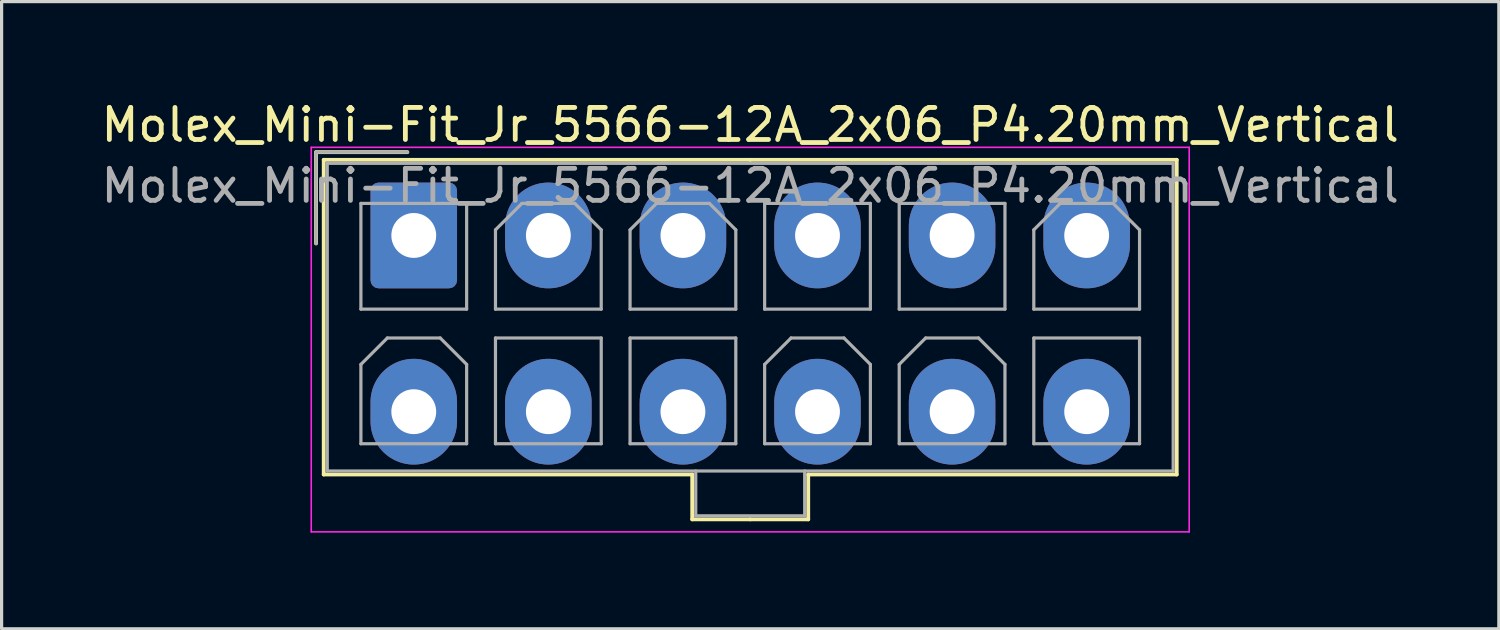
<source format=kicad_pcb>
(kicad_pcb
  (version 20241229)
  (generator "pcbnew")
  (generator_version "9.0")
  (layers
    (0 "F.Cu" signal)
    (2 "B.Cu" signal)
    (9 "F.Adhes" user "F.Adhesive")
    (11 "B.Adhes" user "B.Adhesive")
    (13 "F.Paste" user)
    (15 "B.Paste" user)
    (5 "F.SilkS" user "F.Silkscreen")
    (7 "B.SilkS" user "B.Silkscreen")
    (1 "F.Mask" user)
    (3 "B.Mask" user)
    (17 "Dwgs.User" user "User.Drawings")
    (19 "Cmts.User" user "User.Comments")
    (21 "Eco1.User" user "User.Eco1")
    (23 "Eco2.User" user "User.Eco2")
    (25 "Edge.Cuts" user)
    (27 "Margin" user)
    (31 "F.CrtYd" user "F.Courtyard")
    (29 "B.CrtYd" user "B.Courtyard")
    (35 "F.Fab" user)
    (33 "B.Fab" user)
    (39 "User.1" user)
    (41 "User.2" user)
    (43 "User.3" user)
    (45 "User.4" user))
  (footprint "Molex_Mini-Fit_Jr_5566-12A_2x06_P4.20mm_Vertical"
    (layer "F.Cu")
    (at 9.863 4.298)
    (property "Reference" "Molex_Mini-Fit_Jr_5566-12A_2x06_P4.20mm_Vertical" (at 10.5 -3.45 0) (layer "F.SilkS") (effects (font (size 1 1) (thickness 0.15))))
    (attr through_hole)
    (fp_line (start -3.05 -2.6) (end -3.05 0.25) (stroke (width 0.12) (type solid)) (layer "F.SilkS"))
    (fp_line (start -2.81 -2.36) (end -2.81 7.46) (stroke (width 0.12) (type solid)) (layer "F.SilkS"))
    (fp_line (start -2.81 7.46) (end 8.69 7.46) (stroke (width 0.12) (type solid)) (layer "F.SilkS"))
    (fp_line (start -0.2 -2.6) (end -3.05 -2.6) (stroke (width 0.12) (type solid)) (layer "F.SilkS"))
    (fp_line (start 8.69 7.46) (end 8.69 8.86) (stroke (width 0.12) (type solid)) (layer "F.SilkS"))
    (fp_line (start 8.69 8.86) (end 10.5 8.86) (stroke (width 0.12) (type solid)) (layer "F.SilkS"))
    (fp_line (start 10.5 -2.36) (end -2.81 -2.36) (stroke (width 0.12) (type solid)) (layer "F.SilkS"))
    (fp_line (start 10.5 -2.36) (end 23.81 -2.36) (stroke (width 0.12) (type solid)) (layer "F.SilkS"))
    (fp_line (start 12.31 7.46) (end 12.31 8.86) (stroke (width 0.12) (type solid)) (layer "F.SilkS"))
    (fp_line (start 12.31 8.86) (end 10.5 8.86) (stroke (width 0.12) (type solid)) (layer "F.SilkS"))
    (fp_line (start 23.81 -2.36) (end 23.81 7.46) (stroke (width 0.12) (type solid)) (layer "F.SilkS"))
    (fp_line (start 23.81 7.46) (end 12.31 7.46) (stroke (width 0.12) (type solid)) (layer "F.SilkS"))
    (fp_line (start -3.2 -2.75) (end -3.2 9.25) (stroke (width 0.05) (type solid)) (layer "F.CrtYd"))
    (fp_line (start -3.2 9.25) (end 24.2 9.25) (stroke (width 0.05) (type solid)) (layer "F.CrtYd"))
    (fp_line (start 24.2 -2.75) (end -3.2 -2.75) (stroke (width 0.05) (type solid)) (layer "F.CrtYd"))
    (fp_line (start 24.2 9.25) (end 24.2 -2.75) (stroke (width 0.05) (type solid)) (layer "F.CrtYd"))
    (fp_line (start -3.05 -2.6) (end -3.05 0.25) (stroke (width 0.1) (type solid)) (layer "F.Fab"))
    (fp_line (start -2.7 -2.25) (end -2.7 7.35) (stroke (width 0.1) (type solid)) (layer "F.Fab"))
    (fp_line (start -2.7 7.35) (end 23.7 7.35) (stroke (width 0.1) (type solid)) (layer "F.Fab"))
    (fp_line (start -1.65 -1) (end -1.65 2.3) (stroke (width 0.1) (type solid)) (layer "F.Fab"))
    (fp_line (start -1.65 2.3) (end 1.65 2.3) (stroke (width 0.1) (type solid)) (layer "F.Fab"))
    (fp_line (start -1.65 4.025) (end -0.825 3.2) (stroke (width 0.1) (type solid)) (layer "F.Fab"))
    (fp_line (start -1.65 6.5) (end -1.65 4.025) (stroke (width 0.1) (type solid)) (layer "F.Fab"))
    (fp_line (start -0.825 3.2) (end 0.825 3.2) (stroke (width 0.1) (type solid)) (layer "F.Fab"))
    (fp_line (start -0.2 -2.6) (end -3.05 -2.6) (stroke (width 0.1) (type solid)) (layer "F.Fab"))
    (fp_line (start 0.825 3.2) (end 1.65 4.025) (stroke (width 0.1) (type solid)) (layer "F.Fab"))
    (fp_line (start 1.65 -1) (end -1.65 -1) (stroke (width 0.1) (type solid)) (layer "F.Fab"))
    (fp_line (start 1.65 2.3) (end 1.65 -1) (stroke (width 0.1) (type solid)) (layer "F.Fab"))
    (fp_line (start 1.65 4.025) (end 1.65 6.5) (stroke (width 0.1) (type solid)) (layer "F.Fab"))
    (fp_line (start 1.65 6.5) (end -1.65 6.5) (stroke (width 0.1) (type solid)) (layer "F.Fab"))
    (fp_line (start 2.55 -0.175) (end 3.375 -1) (stroke (width 0.1) (type solid)) (layer "F.Fab"))
    (fp_line (start 2.55 2.3) (end 2.55 -0.175) (stroke (width 0.1) (type solid)) (layer "F.Fab"))
    (fp_line (start 2.55 3.2) (end 2.55 6.5) (stroke (width 0.1) (type solid)) (layer "F.Fab"))
    (fp_line (start 2.55 6.5) (end 5.85 6.5) (stroke (width 0.1) (type solid)) (layer "F.Fab"))
    (fp_line (start 3.375 -1) (end 5.025 -1) (stroke (width 0.1) (type solid)) (layer "F.Fab"))
    (fp_line (start 5.025 -1) (end 5.85 -0.175) (stroke (width 0.1) (type solid)) (layer "F.Fab"))
    (fp_line (start 5.85 -0.175) (end 5.85 2.3) (stroke (width 0.1) (type solid)) (layer "F.Fab"))
    (fp_line (start 5.85 2.3) (end 2.55 2.3) (stroke (width 0.1) (type solid)) (layer "F.Fab"))
    (fp_line (start 5.85 3.2) (end 2.55 3.2) (stroke (width 0.1) (type solid)) (layer "F.Fab"))
    (fp_line (start 5.85 6.5) (end 5.85 3.2) (stroke (width 0.1) (type solid)) (layer "F.Fab"))
    (fp_line (start 6.75 -0.175) (end 7.575 -1) (stroke (width 0.1) (type solid)) (layer "F.Fab"))
    (fp_line (start 6.75 2.3) (end 6.75 -0.175) (stroke (width 0.1) (type solid)) (layer "F.Fab"))
    (fp_line (start 6.75 3.2) (end 6.75 6.5) (stroke (width 0.1) (type solid)) (layer "F.Fab"))
    (fp_line (start 6.75 6.5) (end 10.05 6.5) (stroke (width 0.1) (type solid)) (layer "F.Fab"))
    (fp_line (start 7.575 -1) (end 9.225 -1) (stroke (width 0.1) (type solid)) (layer "F.Fab"))
    (fp_line (start 8.8 7.35) (end 8.8 8.75) (stroke (width 0.1) (type solid)) (layer "F.Fab"))
    (fp_line (start 8.8 8.75) (end 12.2 8.75) (stroke (width 0.1) (type solid)) (layer "F.Fab"))
    (fp_line (start 9.225 -1) (end 10.05 -0.175) (stroke (width 0.1) (type solid)) (layer "F.Fab"))
    (fp_line (start 10.05 -0.175) (end 10.05 2.3) (stroke (width 0.1) (type solid)) (layer "F.Fab"))
    (fp_line (start 10.05 2.3) (end 6.75 2.3) (stroke (width 0.1) (type solid)) (layer "F.Fab"))
    (fp_line (start 10.05 3.2) (end 6.75 3.2) (stroke (width 0.1) (type solid)) (layer "F.Fab"))
    (fp_line (start 10.05 6.5) (end 10.05 3.2) (stroke (width 0.1) (type solid)) (layer "F.Fab"))
    (fp_line (start 10.95 -1) (end 10.95 2.3) (stroke (width 0.1) (type solid)) (layer "F.Fab"))
    (fp_line (start 10.95 2.3) (end 14.25 2.3) (stroke (width 0.1) (type solid)) (layer "F.Fab"))
    (fp_line (start 10.95 4.025) (end 11.775 3.2) (stroke (width 0.1) (type solid)) (layer "F.Fab"))
    (fp_line (start 10.95 6.5) (end 10.95 4.025) (stroke (width 0.1) (type solid)) (layer "F.Fab"))
    (fp_line (start 11.775 3.2) (end 13.425 3.2) (stroke (width 0.1) (type solid)) (layer "F.Fab"))
    (fp_line (start 12.2 8.75) (end 12.2 7.35) (stroke (width 0.1) (type solid)) (layer "F.Fab"))
    (fp_line (start 13.425 3.2) (end 14.25 4.025) (stroke (width 0.1) (type solid)) (layer "F.Fab"))
    (fp_line (start 14.25 -1) (end 10.95 -1) (stroke (width 0.1) (type solid)) (layer "F.Fab"))
    (fp_line (start 14.25 2.3) (end 14.25 -1) (stroke (width 0.1) (type solid)) (layer "F.Fab"))
    (fp_line (start 14.25 4.025) (end 14.25 6.5) (stroke (width 0.1) (type solid)) (layer "F.Fab"))
    (fp_line (start 14.25 6.5) (end 10.95 6.5) (stroke (width 0.1) (type solid)) (layer "F.Fab"))
    (fp_line (start 15.15 -1) (end 15.15 2.3) (stroke (width 0.1) (type solid)) (layer "F.Fab"))
    (fp_line (start 15.15 2.3) (end 18.45 2.3) (stroke (width 0.1) (type solid)) (layer "F.Fab"))
    (fp_line (start 15.15 4.025) (end 15.975 3.2) (stroke (width 0.1) (type solid)) (layer "F.Fab"))
    (fp_line (start 15.15 6.5) (end 15.15 4.025) (stroke (width 0.1) (type solid)) (layer "F.Fab"))
    (fp_line (start 15.975 3.2) (end 17.625 3.2) (stroke (width 0.1) (type solid)) (layer "F.Fab"))
    (fp_line (start 17.625 3.2) (end 18.45 4.025) (stroke (width 0.1) (type solid)) (layer "F.Fab"))
    (fp_line (start 18.45 -1) (end 15.15 -1) (stroke (width 0.1) (type solid)) (layer "F.Fab"))
    (fp_line (start 18.45 2.3) (end 18.45 -1) (stroke (width 0.1) (type solid)) (layer "F.Fab"))
    (fp_line (start 18.45 4.025) (end 18.45 6.5) (stroke (width 0.1) (type solid)) (layer "F.Fab"))
    (fp_line (start 18.45 6.5) (end 15.15 6.5) (stroke (width 0.1) (type solid)) (layer "F.Fab"))
    (fp_line (start 19.35 -0.175) (end 20.175 -1) (stroke (width 0.1) (type solid)) (layer "F.Fab"))
    (fp_line (start 19.35 2.3) (end 19.35 -0.175) (stroke (width 0.1) (type solid)) (layer "F.Fab"))
    (fp_line (start 19.35 3.2) (end 19.35 6.5) (stroke (width 0.1) (type solid)) (layer "F.Fab"))
    (fp_line (start 19.35 6.5) (end 22.65 6.5) (stroke (width 0.1) (type solid)) (layer "F.Fab"))
    (fp_line (start 20.175 -1) (end 21.825 -1) (stroke (width 0.1) (type solid)) (layer "F.Fab"))
    (fp_line (start 21.825 -1) (end 22.65 -0.175) (stroke (width 0.1) (type solid)) (layer "F.Fab"))
    (fp_line (start 22.65 -0.175) (end 22.65 2.3) (stroke (width 0.1) (type solid)) (layer "F.Fab"))
    (fp_line (start 22.65 2.3) (end 19.35 2.3) (stroke (width 0.1) (type solid)) (layer "F.Fab"))
    (fp_line (start 22.65 3.2) (end 19.35 3.2) (stroke (width 0.1) (type solid)) (layer "F.Fab"))
    (fp_line (start 22.65 6.5) (end 22.65 3.2) (stroke (width 0.1) (type solid)) (layer "F.Fab"))
    (fp_line (start 23.7 -2.25) (end -2.7 -2.25) (stroke (width 0.1) (type solid)) (layer "F.Fab"))
    (fp_line (start 23.7 7.35) (end 23.7 -2.25) (stroke (width 0.1) (type solid)) (layer "F.Fab"))
    (fp_text user "${REFERENCE}" (at 10.5 -1.55 0) (layer "F.Fab") (effects (font (size 1 1) (thickness 0.15))))
    (pad "1" thru_hole roundrect (at 0 0) (size 2.7 3.3) (drill 1.4) (layers "*.Cu" "*.Mask") (roundrect_rratio 0.093))
    (pad "2" thru_hole oval (at 4.2 0) (size 2.7 3.3) (drill 1.4) (layers "*.Cu" "*.Mask"))
    (pad "3" thru_hole oval (at 8.4 0) (size 2.7 3.3) (drill 1.4) (layers "*.Cu" "*.Mask"))
    (pad "4" thru_hole oval (at 12.6 0) (size 2.7 3.3) (drill 1.4) (layers "*.Cu" "*.Mask"))
    (pad "5" thru_hole oval (at 16.8 0) (size 2.7 3.3) (drill 1.4) (layers "*.Cu" "*.Mask"))
    (pad "6" thru_hole oval (at 21 0) (size 2.7 3.3) (drill 1.4) (layers "*.Cu" "*.Mask"))
    (pad "7" thru_hole oval (at 0 5.5) (size 2.7 3.3) (drill 1.4) (layers "*.Cu" "*.Mask"))
    (pad "8" thru_hole oval (at 4.2 5.5) (size 2.7 3.3) (drill 1.4) (layers "*.Cu" "*.Mask"))
    (pad "9" thru_hole oval (at 8.4 5.5) (size 2.7 3.3) (drill 1.4) (layers "*.Cu" "*.Mask"))
    (pad "10" thru_hole oval (at 12.6 5.5) (size 2.7 3.3) (drill 1.4) (layers "*.Cu" "*.Mask"))
    (pad "11" thru_hole oval (at 16.8 5.5) (size 2.7 3.3) (drill 1.4) (layers "*.Cu" "*.Mask"))
    (pad "12" thru_hole oval (at 21 5.5) (size 2.7 3.3) (drill 1.4) (layers "*.Cu" "*.Mask")))
  (gr_rect
    (start -3 -3)
    (end 43.726 16.573)
    (stroke (width 0.1) (type default))
    (fill no)
    (layer "Edge.Cuts")))
</source>
